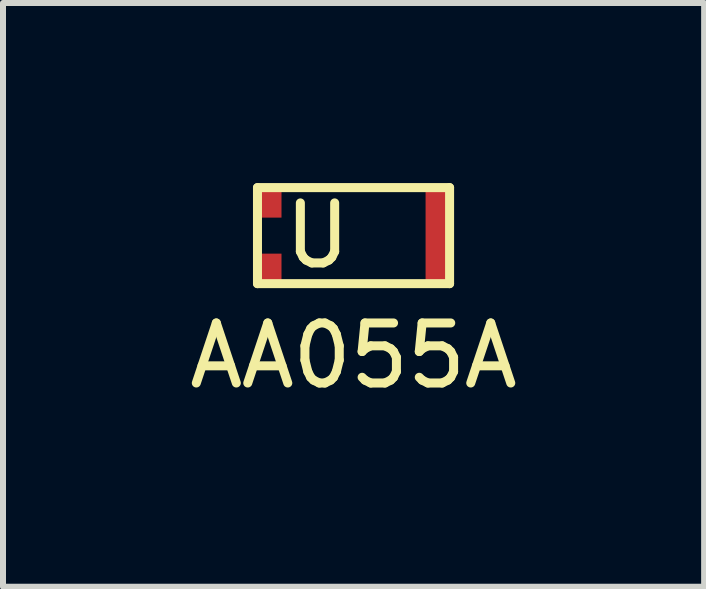
<source format=kicad_pcb>
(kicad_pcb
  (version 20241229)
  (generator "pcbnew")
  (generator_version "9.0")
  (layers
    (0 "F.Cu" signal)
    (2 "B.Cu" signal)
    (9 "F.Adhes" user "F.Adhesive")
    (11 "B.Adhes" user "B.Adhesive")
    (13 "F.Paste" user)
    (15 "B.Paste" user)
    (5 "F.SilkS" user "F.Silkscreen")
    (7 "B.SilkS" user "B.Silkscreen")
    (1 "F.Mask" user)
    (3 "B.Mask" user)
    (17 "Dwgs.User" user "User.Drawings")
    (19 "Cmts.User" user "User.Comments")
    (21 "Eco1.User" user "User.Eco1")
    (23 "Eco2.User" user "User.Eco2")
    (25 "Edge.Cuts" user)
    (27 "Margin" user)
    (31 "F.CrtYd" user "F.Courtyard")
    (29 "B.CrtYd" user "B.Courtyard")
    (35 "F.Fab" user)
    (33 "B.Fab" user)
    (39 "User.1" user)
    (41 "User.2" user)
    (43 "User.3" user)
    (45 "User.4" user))
  (footprint "AA055A"
    (layer "F.Cu")
    (at 2.839 0.875)
    (property "Reference" "AA055A" (at 0 2 0) (layer "F.SilkS") (effects (font (size 1 1) (thickness 0.15))))
    (attr through_hole)
    (fp_line (start -1.6 -0.8) (end -1.6 0.8) (stroke (width 0.15) (type solid)) (layer "F.SilkS"))
    (fp_line (start -1.6 0.8) (end 1.6 0.8) (stroke (width 0.15) (type solid)) (layer "F.SilkS"))
    (fp_line (start 1.6 -0.8) (end -1.6 -0.8) (stroke (width 0.15) (type solid)) (layer "F.SilkS"))
    (fp_line (start 1.6 0.8) (end 1.6 -0.8) (stroke (width 0.15) (type solid)) (layer "F.SilkS"))
    (fp_text user "U" (at -0.6 0 0) (layer "F.SilkS") (effects (font (size 1 1) (thickness 0.15))))
    (pad "1" smd rect (at -1.4 0.55) (size 0.4 0.5) (layers "F.Cu" "F.Mask" "F.Paste"))
    (pad "2" smd rect (at -1.4 -0.55) (size 0.4 0.5) (layers "F.Cu" "F.Mask" "F.Paste"))
    (pad "3" smd rect (at 1.4 0) (size 0.4 1.6) (layers "F.Cu" "F.Mask" "F.Paste")))
  (gr_rect
    (start -3 -3)
    (end 8.679 6.723)
    (stroke (width 0.1) (type default))
    (fill no)
    (layer "Edge.Cuts")))
</source>
